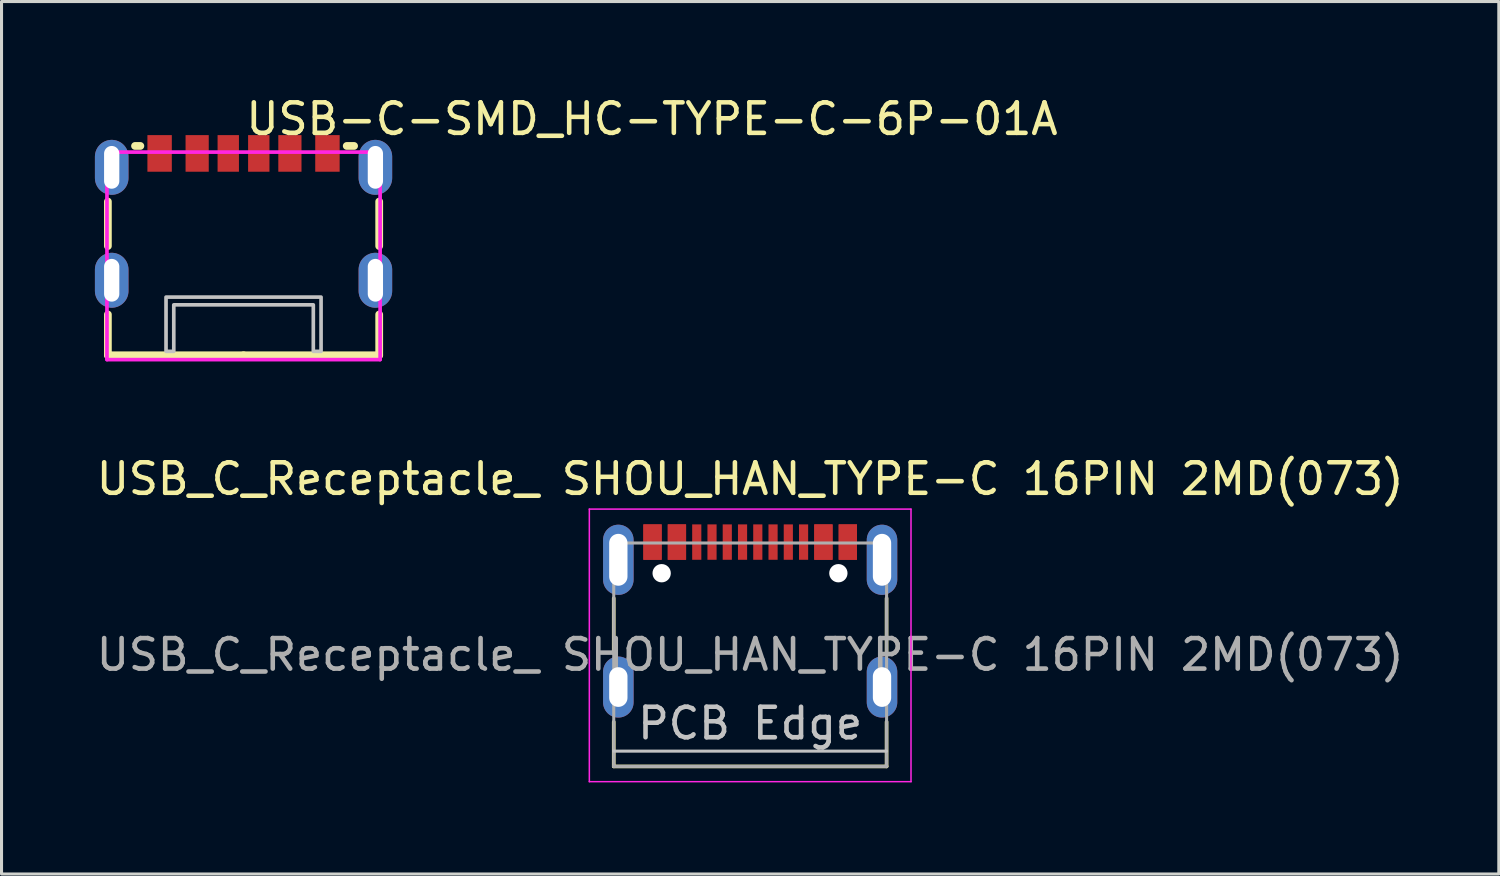
<source format=kicad_pcb>
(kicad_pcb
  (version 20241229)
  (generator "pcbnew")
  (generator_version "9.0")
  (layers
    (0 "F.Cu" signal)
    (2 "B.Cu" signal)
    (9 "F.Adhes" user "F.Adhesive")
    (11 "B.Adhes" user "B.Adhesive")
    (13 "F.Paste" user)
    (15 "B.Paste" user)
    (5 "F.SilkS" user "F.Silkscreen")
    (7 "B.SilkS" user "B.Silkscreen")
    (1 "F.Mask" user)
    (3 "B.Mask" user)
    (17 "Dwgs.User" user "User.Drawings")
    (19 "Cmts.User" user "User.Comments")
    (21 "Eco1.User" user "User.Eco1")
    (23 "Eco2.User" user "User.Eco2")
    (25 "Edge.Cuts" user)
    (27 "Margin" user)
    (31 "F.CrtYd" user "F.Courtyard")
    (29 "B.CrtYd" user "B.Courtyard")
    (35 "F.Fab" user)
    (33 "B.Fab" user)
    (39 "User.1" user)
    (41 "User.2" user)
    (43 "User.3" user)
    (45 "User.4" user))
  (footprint "USB-C-SMD_HC-TYPE-C-6P-01A"
    (layer "F.Cu")
    (at 4.93 4.055)
    (property "Reference" "USB-C-SMD_HC-TYPE-C-6P-01A" (at 0 -3.207 0) (layer "F.SilkS") (effects (font (size 1 1) (thickness 0.15)) (justify left)))
    (attr through_hole)
    (fp_line (start -4.445 0.957) (end -4.445 -0.501) (stroke (width 0.254) (type solid)) (layer "F.SilkS"))
    (fp_line (start -4.445 4.535) (end -4.445 3.199) (stroke (width 0.254) (type solid)) (layer "F.SilkS"))
    (fp_line (start -3.556 -2.323) (end -3.381 -2.323) (stroke (width 0.254) (type solid)) (layer "F.SilkS"))
    (fp_line (start 0 4.535) (end -4.445 4.535) (stroke (width 0.254) (type solid)) (layer "F.SilkS"))
    (fp_line (start 3.381 -2.323) (end 3.622 -2.323) (stroke (width 0.254) (type solid)) (layer "F.SilkS"))
    (fp_line (start 4.445 -0.501) (end 4.445 0.957) (stroke (width 0.254) (type solid)) (layer "F.SilkS"))
    (fp_line (start 4.445 3.199) (end 4.445 4.535) (stroke (width 0.254) (type solid)) (layer "F.SilkS"))
    (fp_line (start 4.445 4.535) (end 0 4.535) (stroke (width 0.254) (type solid)) (layer "F.SilkS"))
    (fp_poly (pts (xy -3.15 -2.678) (xy -2.35 -2.678) (xy -2.35 -1.478) (xy -3.15 -1.478)) (stroke (width 0.12) (type solid)) (fill yes) (layer "F.Paste"))
    (fp_poly (pts (xy -1.9 -2.678) (xy -1.14 -2.678) (xy -1.14 -1.478) (xy -1.9 -1.478)) (stroke (width 0.12) (type solid)) (fill yes) (layer "F.Paste"))
    (fp_poly (pts (xy -0.851 -2.678) (xy -0.151 -2.678) (xy -0.151 -1.478) (xy -0.851 -1.478)) (stroke (width 0.12) (type solid)) (fill yes) (layer "F.Paste"))
    (fp_poly (pts (xy 0.149 -2.678) (xy 0.849 -2.678) (xy 0.849 -1.478) (xy 0.149 -1.478)) (stroke (width 0.12) (type solid)) (fill yes) (layer "F.Paste"))
    (fp_poly (pts (xy 1.139 -2.678) (xy 1.899 -2.678) (xy 1.899 -1.478) (xy 1.139 -1.478)) (stroke (width 0.12) (type solid)) (fill yes) (layer "F.Paste"))
    (fp_poly (pts (xy 2.349 -2.678) (xy 3.149 -2.678) (xy 3.149 -1.478) (xy 2.349 -1.478)) (stroke (width 0.12) (type solid)) (fill yes) (layer "F.Paste"))
    (fp_poly (pts (xy -4.87 -1.972) (xy -4.859 -2.08) (xy -4.828 -2.183) (xy -4.777 -2.278) (xy -4.709 -2.361) (xy -4.626 -2.43) (xy -4.53 -2.48) (xy -4.427 -2.512) (xy -4.32 -2.522) (xy -4.213 -2.512) (xy -4.11 -2.48) (xy -4.014 -2.43) (xy -3.931 -2.361) (xy -3.863 -2.278) (xy -3.812 -2.183) (xy -3.781 -2.08) (xy -3.77 -1.972) (xy -3.77 -1.272) (xy -3.781 -1.165) (xy -3.812 -1.062) (xy -3.863 -0.967) (xy -3.931 -0.883) (xy -4.014 -0.815) (xy -4.11 -0.764) (xy -4.213 -0.733) (xy -4.32 -0.722) (xy -4.427 -0.733) (xy -4.53 -0.764) (xy -4.626 -0.815) (xy -4.709 -0.883) (xy -4.777 -0.967) (xy -4.828 -1.062) (xy -4.859 -1.165) (xy -4.87 -1.272)) (stroke (width 0.12) (type solid)) (fill yes) (layer "F.Paste"))
    (fp_poly (pts (xy -4.87 1.728) (xy -4.859 1.62) (xy -4.828 1.517) (xy -4.777 1.422) (xy -4.709 1.339) (xy -4.626 1.27) (xy -4.53 1.22) (xy -4.427 1.188) (xy -4.32 1.178) (xy -4.213 1.188) (xy -4.11 1.22) (xy -4.014 1.27) (xy -3.931 1.339) (xy -3.863 1.422) (xy -3.812 1.517) (xy -3.781 1.62) (xy -3.77 1.728) (xy -3.77 2.428) (xy -3.781 2.535) (xy -3.812 2.638) (xy -3.863 2.733) (xy -3.931 2.817) (xy -4.014 2.885) (xy -4.11 2.936) (xy -4.213 2.967) (xy -4.32 2.978) (xy -4.427 2.967) (xy -4.53 2.936) (xy -4.626 2.885) (xy -4.709 2.817) (xy -4.777 2.733) (xy -4.828 2.638) (xy -4.859 2.535) (xy -4.87 2.428)) (stroke (width 0.12) (type solid)) (fill yes) (layer "F.Paste"))
    (fp_poly (pts (xy 3.77 -1.972) (xy 3.781 -2.08) (xy 3.812 -2.183) (xy 3.863 -2.278) (xy 3.931 -2.361) (xy 4.014 -2.43) (xy 4.11 -2.48) (xy 4.213 -2.512) (xy 4.32 -2.522) (xy 4.427 -2.512) (xy 4.53 -2.48) (xy 4.626 -2.43) (xy 4.709 -2.361) (xy 4.777 -2.278) (xy 4.828 -2.183) (xy 4.859 -2.08) (xy 4.87 -1.972) (xy 4.87 -1.272) (xy 4.859 -1.165) (xy 4.828 -1.062) (xy 4.777 -0.967) (xy 4.709 -0.883) (xy 4.626 -0.815) (xy 4.53 -0.764) (xy 4.427 -0.733) (xy 4.32 -0.722) (xy 4.213 -0.733) (xy 4.11 -0.764) (xy 4.014 -0.815) (xy 3.931 -0.883) (xy 3.863 -0.967) (xy 3.812 -1.062) (xy 3.781 -1.165) (xy 3.77 -1.272)) (stroke (width 0.12) (type solid)) (fill yes) (layer "F.Paste"))
    (fp_poly (pts (xy 3.77 1.728) (xy 3.781 1.62) (xy 3.812 1.517) (xy 3.863 1.422) (xy 3.931 1.339) (xy 4.014 1.27) (xy 4.11 1.22) (xy 4.213 1.188) (xy 4.32 1.178) (xy 4.427 1.188) (xy 4.53 1.22) (xy 4.626 1.27) (xy 4.709 1.339) (xy 4.777 1.422) (xy 4.828 1.517) (xy 4.859 1.62) (xy 4.87 1.728) (xy 4.87 2.428) (xy 4.859 2.535) (xy 4.828 2.638) (xy 4.777 2.733) (xy 4.709 2.817) (xy 4.626 2.885) (xy 4.53 2.936) (xy 4.427 2.967) (xy 4.32 2.978) (xy 4.213 2.967) (xy 4.11 2.936) (xy 4.014 2.885) (xy 3.931 2.817) (xy 3.863 2.733) (xy 3.812 2.638) (xy 3.781 2.535) (xy 3.77 2.428)) (stroke (width 0.12) (type solid)) (fill yes) (layer "F.Paste"))
    (fp_poly (pts (xy -2.54 4.408) (xy -2.54 2.63) (xy 2.54 2.63) (xy 2.54 4.408) (xy 2.286 4.408) (xy 2.286 2.884) (xy -2.286 2.884) (xy -2.286 4.408)) (stroke (width 0.12) (type solid)) (fill no) (layer "Dwgs.User"))
    (fp_circle (center -4.475 -2.297) (end -4.445 -2.297) (stroke (width 0.06) (type solid)) (fill no) (layer "Eco2.User"))
    (fp_poly (pts (xy -4.47 -2.122) (xy -4.17 -2.122) (xy -4.17 -1.122) (xy -4.47 -1.122)) (stroke (width 0.12) (type solid)) (fill no) (layer "Eco2.User"))
    (fp_poly (pts (xy -4.47 1.678) (xy -4.17 1.678) (xy -4.17 2.478) (xy -4.47 2.478)) (stroke (width 0.12) (type solid)) (fill no) (layer "Eco2.User"))
    (fp_poly (pts (xy -3.05 -2.297) (xy -2.45 -2.297) (xy -2.45 -1.497) (xy -3.05 -1.497)) (stroke (width 0.12) (type solid)) (fill no) (layer "Eco2.User"))
    (fp_poly (pts (xy -1.8 -2.297) (xy -1.24 -2.297) (xy -1.24 -1.497) (xy -1.8 -1.497)) (stroke (width 0.12) (type solid)) (fill no) (layer "Eco2.User"))
    (fp_poly (pts (xy -0.751 -2.297) (xy -0.251 -2.297) (xy -0.251 -1.497) (xy -0.751 -1.497)) (stroke (width 0.12) (type solid)) (fill no) (layer "Eco2.User"))
    (fp_poly (pts (xy 0.249 -2.297) (xy 0.749 -2.297) (xy 0.749 -1.497) (xy 0.249 -1.497)) (stroke (width 0.12) (type solid)) (fill no) (layer "Eco2.User"))
    (fp_poly (pts (xy 1.239 -2.297) (xy 1.799 -2.297) (xy 1.799 -1.497) (xy 1.239 -1.497)) (stroke (width 0.12) (type solid)) (fill no) (layer "Eco2.User"))
    (fp_poly (pts (xy 2.469 -2.297) (xy 3.029 -2.297) (xy 3.029 -1.497) (xy 2.469 -1.497)) (stroke (width 0.12) (type solid)) (fill no) (layer "Eco2.User"))
    (fp_poly (pts (xy 4.17 -2.122) (xy 4.47 -2.122) (xy 4.47 -1.122) (xy 4.17 -1.122)) (stroke (width 0.12) (type solid)) (fill no) (layer "Eco2.User"))
    (fp_poly (pts (xy 4.17 1.678) (xy 4.47 1.678) (xy 4.47 2.478) (xy 4.17 2.478)) (stroke (width 0.12) (type solid)) (fill no) (layer "Eco2.User"))
    (fp_line (start -4.475 -2.122) (end 4.475 -2.122) (stroke (width 0.12) (type solid)) (layer "F.CrtYd"))
    (fp_line (start -4.475 4.678) (end -4.475 -2.122) (stroke (width 0.12) (type solid)) (layer "F.CrtYd"))
    (fp_line (start 4.475 -2.122) (end 4.475 4.678) (stroke (width 0.12) (type solid)) (layer "F.CrtYd"))
    (fp_line (start 4.475 4.678) (end -4.475 4.678) (stroke (width 0.12) (type solid)) (layer "F.CrtYd"))
    (pad "1" thru_hole oval (at -4.32 -1.622) (size 1.1 1.8) (drill oval 0.5 1.401) (layers "*.Cu" "*.Mask"))
    (pad "2" thru_hole oval (at -4.32 2.078) (size 1.1 1.8) (drill oval 0.5 1.401) (layers "*.Cu" "*.Mask"))
    (pad "3" thru_hole oval (at 4.32 -1.622) (size 1.1 1.8) (drill oval 0.5 1.401) (layers "*.Cu" "*.Mask"))
    (pad "4" thru_hole oval (at 4.32 2.078) (size 1.1 1.8) (drill oval 0.5 1.401) (layers "*.Cu" "*.Mask"))
    (pad "A5" smd rect (at -0.501 -2.078) (size 0.7 1.2) (layers "F.Cu" "F.Mask" "F.Paste"))
    (pad "A9" smd rect (at 1.519 -2.078) (size 0.76 1.2) (layers "F.Cu" "F.Mask" "F.Paste"))
    (pad "A12" smd rect (at 2.749 -2.078) (size 0.8 1.2) (layers "F.Cu" "F.Mask" "F.Paste"))
    (pad "B5" smd rect (at 0.499 -2.078) (size 0.7 1.2) (layers "F.Cu" "F.Mask" "F.Paste"))
    (pad "B9" smd rect (at -1.52 -2.078) (size 0.76 1.2) (layers "F.Cu" "F.Mask" "F.Paste"))
    (pad "B12" smd rect (at -2.75 -2.078) (size 0.8 1.2) (layers "F.Cu" "F.Mask" "F.Paste")))
  (footprint "USB_C_Receptacle_ SHOU_HAN_TYPE-C 16PIN 2MD(073)"
    (layer "F.Cu")
    (at 21.52 17.422)
    (property "Reference" "USB_C_Receptacle_ SHOU_HAN_TYPE-C 16PIN 2MD(073)" (at 0.01 -4.78 0) (layer "F.SilkS") (effects (font (size 1 1) (thickness 0.15))))
    (attr through_hole)
    (fp_line (start -4.46 -0.87) (end -4.46 0.93) (stroke (width 0.12) (type solid)) (layer "F.SilkS"))
    (fp_line (start -4.46 4.64) (end -4.46 3.18) (stroke (width 0.12) (type solid)) (layer "F.SilkS"))
    (fp_line (start 4.48 -0.87) (end 4.48 0.93) (stroke (width 0.12) (type solid)) (layer "F.SilkS"))
    (fp_line (start 4.48 4.64) (end -4.46 4.64) (stroke (width 0.12) (type solid)) (layer "F.SilkS"))
    (fp_line (start 4.48 4.64) (end 4.48 3.18) (stroke (width 0.12) (type solid)) (layer "F.SilkS"))
    (fp_line (start -4.46 4.14) (end 4.48 4.14) (stroke (width 0.1) (type solid)) (layer "Dwgs.User"))
    (fp_line (start -5.26 -3.79) (end -5.26 5.14) (stroke (width 0.05) (type solid)) (layer "F.CrtYd"))
    (fp_line (start -5.26 5.14) (end 5.28 5.14) (stroke (width 0.05) (type solid)) (layer "F.CrtYd"))
    (fp_line (start 5.28 -3.79) (end -5.26 -3.79) (stroke (width 0.05) (type solid)) (layer "F.CrtYd"))
    (fp_line (start 5.28 5.14) (end 5.28 -3.79) (stroke (width 0.05) (type solid)) (layer "F.CrtYd"))
    (fp_line (start -4.46 -2.68) (end -4.46 4.64) (stroke (width 0.1) (type solid)) (layer "F.Fab"))
    (fp_line (start -4.46 -2.68) (end 4.48 -2.68) (stroke (width 0.1) (type solid)) (layer "F.Fab"))
    (fp_line (start 4.48 -2.68) (end 4.48 4.64) (stroke (width 0.1) (type solid)) (layer "F.Fab"))
    (fp_line (start 4.48 4.64) (end -4.46 4.64) (stroke (width 0.1) (type solid)) (layer "F.Fab"))
    (fp_text user "PCB Edge" (at 0.01 3.23 0) (layer "Dwgs.User") (effects (font (size 1 1) (thickness 0.15))))
    (fp_text user "${REFERENCE}" (at 0.01 0.98 0) (layer "F.Fab") (effects (font (size 1 1) (thickness 0.15))))
    (pad "" np_thru_hole circle (at -2.89 -1.69 180) (size 0.6 0.6) (drill 0.6) (layers "*.Cu" "*.Mask"))
    (pad "" np_thru_hole circle (at 2.9 -1.69 180) (size 0.6 0.6) (drill 0.6) (layers "*.Cu" "*.Mask"))
    (pad "A1" smd rect (at -3.19 -2.71) (size 0.6 1.16) (layers "F.Cu" "F.Mask" "F.Paste"))
    (pad "A4" smd rect (at -2.39 -2.71) (size 0.6 1.16) (layers "F.Cu" "F.Mask" "F.Paste"))
    (pad "A5" smd rect (at -1.24 -2.71 180) (size 0.3 1.16) (layers "F.Cu" "F.Mask" "F.Paste"))
    (pad "A6" smd rect (at -0.24 -2.71 180) (size 0.3 1.16) (layers "F.Cu" "F.Mask" "F.Paste"))
    (pad "A7" smd rect (at 0.26 -2.71 180) (size 0.3 1.16) (layers "F.Cu" "F.Mask" "F.Paste"))
    (pad "A8" smd rect (at 1.26 -2.71 180) (size 0.3 1.16) (layers "F.Cu" "F.Mask" "F.Paste"))
    (pad "A9" smd rect (at 2.41 -2.71) (size 0.6 1.16) (layers "F.Cu" "F.Mask" "F.Paste"))
    (pad "A12" smd rect (at 3.21 -2.71) (size 0.6 1.16) (layers "F.Cu" "F.Mask" "F.Paste"))
    (pad "B1" smd rect (at 3.21 -2.71) (size 0.6 1.16) (layers "F.Cu" "F.Mask" "F.Paste"))
    (pad "B4" smd rect (at 2.41 -2.71) (size 0.6 1.16) (layers "F.Cu" "F.Mask" "F.Paste"))
    (pad "B5" smd rect (at 1.76 -2.71 180) (size 0.3 1.16) (layers "F.Cu" "F.Mask" "F.Paste"))
    (pad "B6" smd rect (at 0.76 -2.71 180) (size 0.3 1.16) (layers "F.Cu" "F.Mask" "F.Paste"))
    (pad "B7" smd rect (at -0.74 -2.71 180) (size 0.3 1.16) (layers "F.Cu" "F.Mask" "F.Paste"))
    (pad "B8" smd rect (at -1.74 -2.71 180) (size 0.3 1.16) (layers "F.Cu" "F.Mask" "F.Paste"))
    (pad "B9" smd rect (at -2.39 -2.71) (size 0.6 1.16) (layers "F.Cu" "F.Mask" "F.Paste"))
    (pad "B12" smd rect (at -3.19 -2.71) (size 0.6 1.16) (layers "F.Cu" "F.Mask" "F.Paste"))
    (pad "S1" thru_hole oval (at -4.31 -2.13 90) (size 2.3 1) (drill oval 1.7 0.6) (layers "*.Cu" "*.Mask"))
    (pad "S1" thru_hole oval (at -4.31 2.04 90) (size 2 1) (drill oval 1.3 0.6) (layers "*.Cu" "*.Mask"))
    (pad "S1" thru_hole oval (at 4.33 -2.13 90) (size 2.3 1) (drill oval 1.7 0.6) (layers "*.Cu" "*.Mask"))
    (pad "S1" thru_hole oval (at 4.33 2.04 90) (size 2 1) (drill oval 1.3 0.6) (layers "*.Cu" "*.Mask")))
  (gr_rect
    (start -3 -3)
    (end 46.06 25.587)
    (stroke (width 0.1) (type default))
    (fill no)
    (layer "Edge.Cuts")))
</source>
